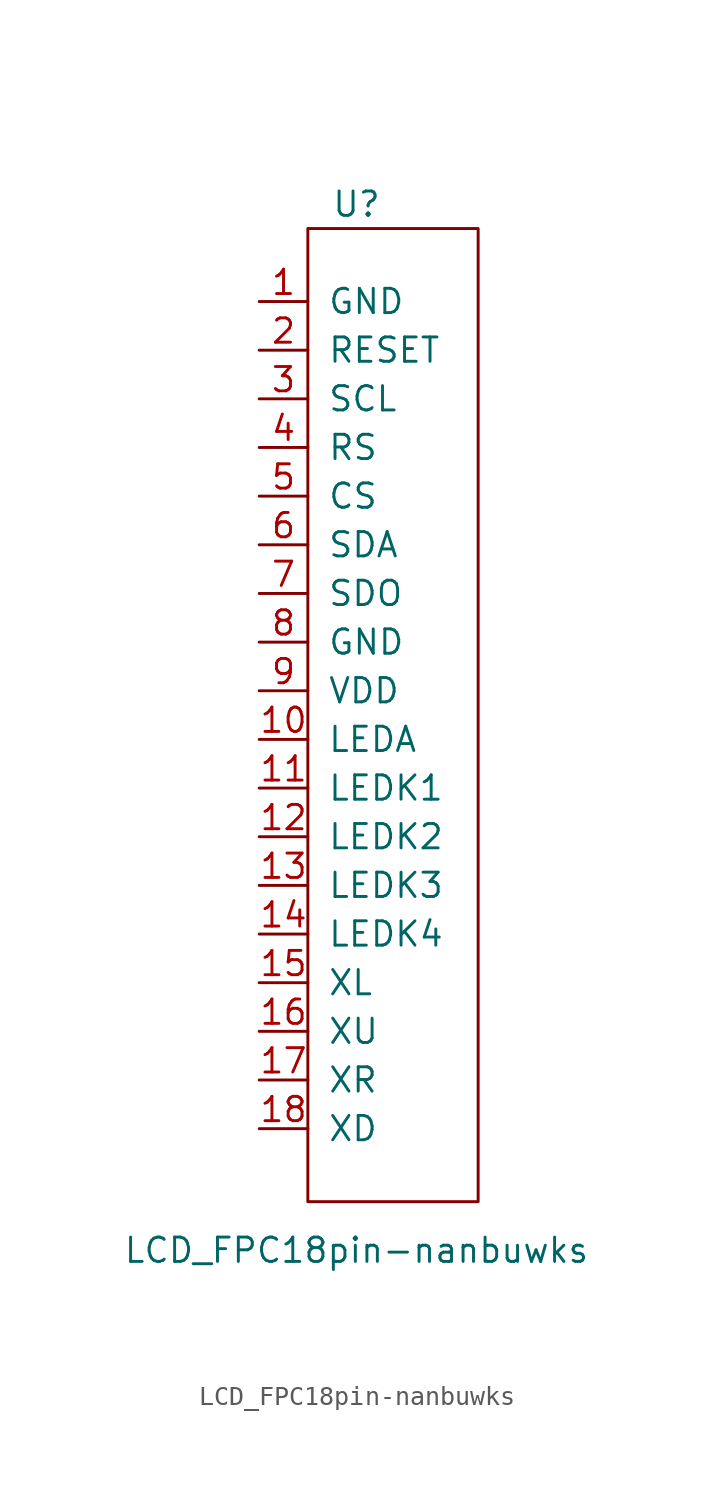
<source format=kicad_sym>
(kicad_symbol_lib
  (version 20220914)
  (generator kicad_symbol_editor)
  (symbol "LCD_FPC18pin-nanbuwks"
    (pin_names
      (offset 1.016))
    (property "Reference" "U"
      (at 0 26.67 0)
      (effects (font (size 1.27 1.27))))
    (property "Value" "LCD_FPC18pin-nanbuwks"
      (at 0 -27.94 0)
      (effects (font (size 1.27 1.27))))
    (symbol "LCD_FPC18pin-nanbuwks_0_1"
      (rectangle (start -2.54 25.4) (end 6.35 -25.4) (stroke (width 0) (type solid)) (fill (type none))))
    (symbol "LCD_FPC18pin-nanbuwks_1_1"
      (pin input line (at -5.08 21.59 0) (length 2.54) (name "GND" (effects (font (size 1.27 1.27)))) (number "1" (effects (font (size 1.27 1.27)))))
      (pin input line (at -5.08 -1.27 0) (length 2.54) (name "LEDA" (effects (font (size 1.27 1.27)))) (number "10" (effects (font (size 1.27 1.27)))))
      (pin input line (at -5.08 -3.81 0) (length 2.54) (name "LEDK1" (effects (font (size 1.27 1.27)))) (number "11" (effects (font (size 1.27 1.27)))))
      (pin input line (at -5.08 -6.35 0) (length 2.54) (name "LEDK2" (effects (font (size 1.27 1.27)))) (number "12" (effects (font (size 1.27 1.27)))))
      (pin input line (at -5.08 -8.89 0) (length 2.54) (name "LEDK3" (effects (font (size 1.27 1.27)))) (number "13" (effects (font (size 1.27 1.27)))))
      (pin input line (at -5.08 -11.43 0) (length 2.54) (name "LEDK4" (effects (font (size 1.27 1.27)))) (number "14" (effects (font (size 1.27 1.27)))))
      (pin input line (at -5.08 -13.97 0) (length 2.54) (name "XL" (effects (font (size 1.27 1.27)))) (number "15" (effects (font (size 1.27 1.27)))))
      (pin input line (at -5.08 -16.51 0) (length 2.54) (name "XU" (effects (font (size 1.27 1.27)))) (number "16" (effects (font (size 1.27 1.27)))))
      (pin input line (at -5.08 -19.05 0) (length 2.54) (name "XR" (effects (font (size 1.27 1.27)))) (number "17" (effects (font (size 1.27 1.27)))))
      (pin input line (at -5.08 -21.59 0) (length 2.54) (name "XD" (effects (font (size 1.27 1.27)))) (number "18" (effects (font (size 1.27 1.27)))))
      (pin input line (at -5.08 19.05 0) (length 2.54) (name "RESET" (effects (font (size 1.27 1.27)))) (number "2" (effects (font (size 1.27 1.27)))))
      (pin input line (at -5.08 16.51 0) (length 2.54) (name "SCL" (effects (font (size 1.27 1.27)))) (number "3" (effects (font (size 1.27 1.27)))))
      (pin input line (at -5.08 13.97 0) (length 2.54) (name "RS" (effects (font (size 1.27 1.27)))) (number "4" (effects (font (size 1.27 1.27)))))
      (pin input line (at -5.08 11.43 0) (length 2.54) (name "CS" (effects (font (size 1.27 1.27)))) (number "5" (effects (font (size 1.27 1.27)))))
      (pin input line (at -5.08 8.89 0) (length 2.54) (name "SDA" (effects (font (size 1.27 1.27)))) (number "6" (effects (font (size 1.27 1.27)))))
      (pin input line (at -5.08 6.35 0) (length 2.54) (name "SDO" (effects (font (size 1.27 1.27)))) (number "7" (effects (font (size 1.27 1.27)))))
      (pin input line (at -5.08 3.81 0) (length 2.54) (name "GND" (effects (font (size 1.27 1.27)))) (number "8" (effects (font (size 1.27 1.27)))))
      (pin input line (at -5.08 1.27 0) (length 2.54) (name "VDD" (effects (font (size 1.27 1.27)))) (number "9" (effects (font (size 1.27 1.27))))))))
</source>
